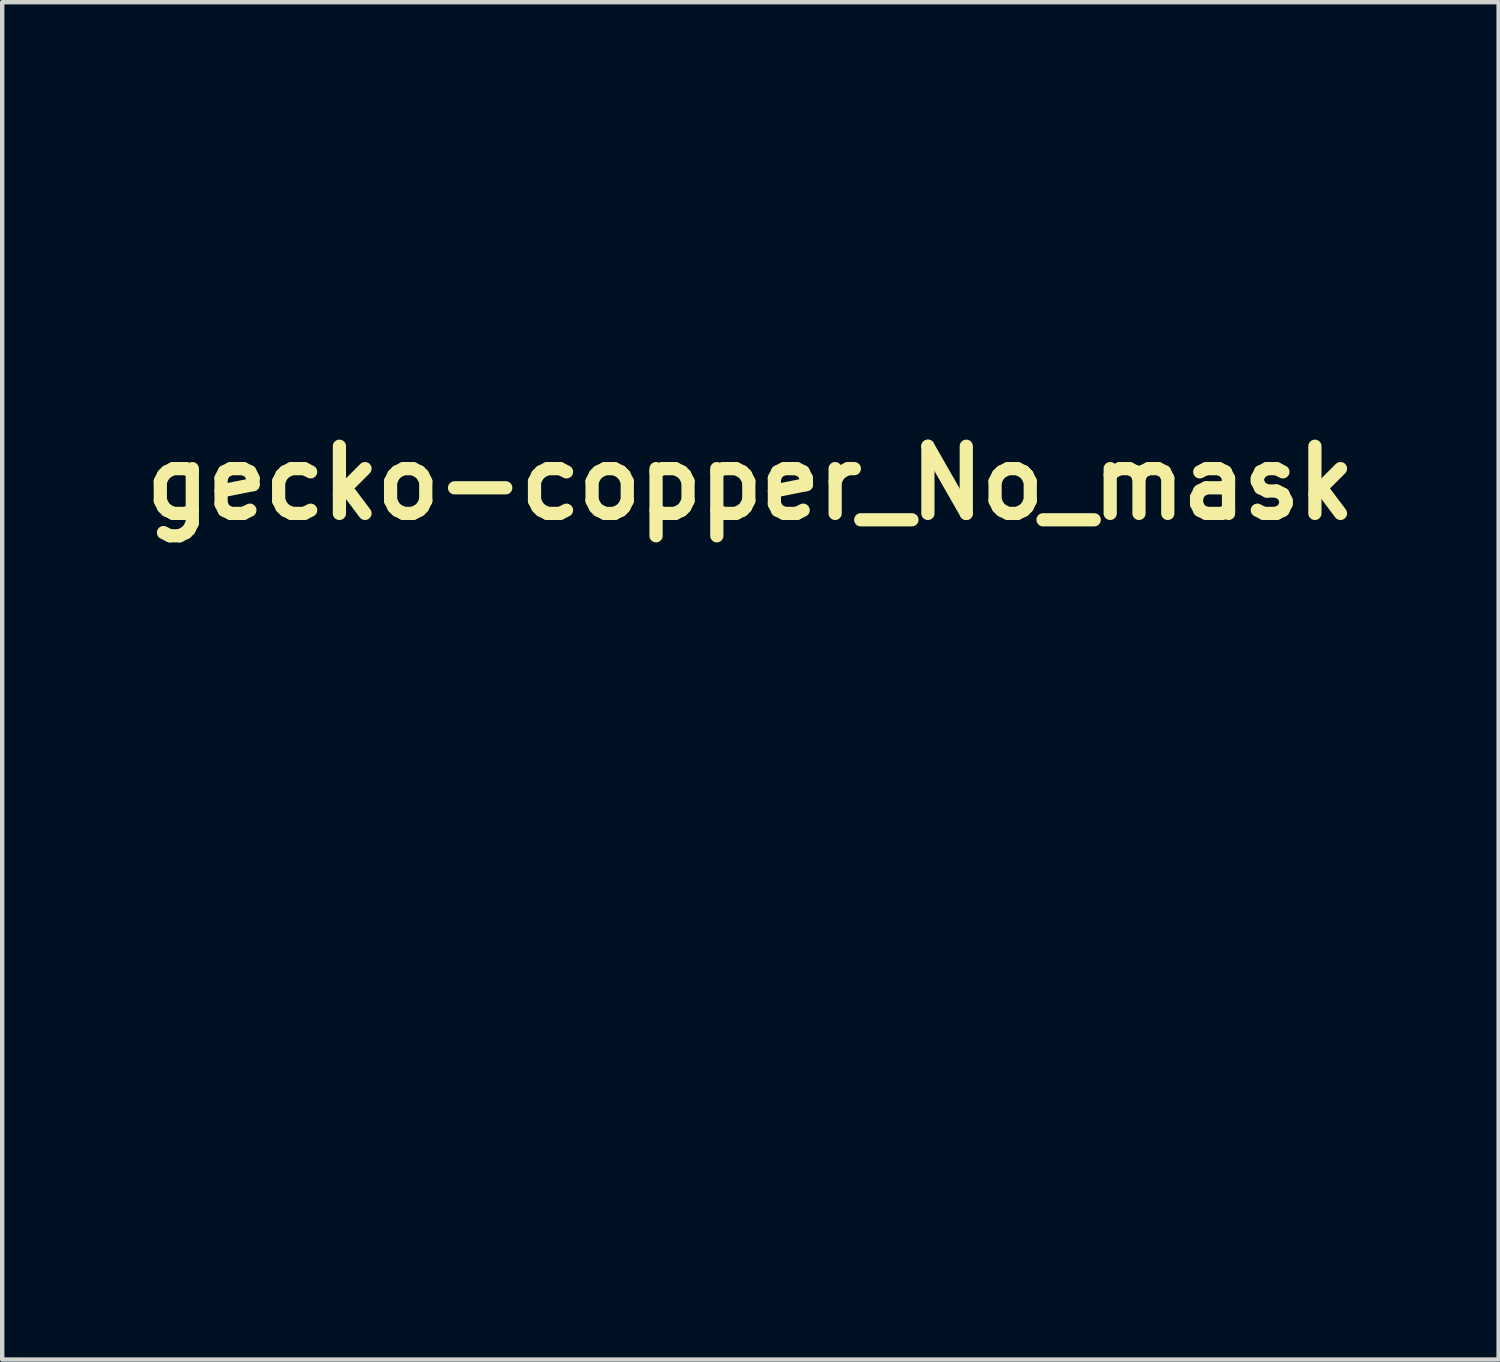
<source format=kicad_pcb>
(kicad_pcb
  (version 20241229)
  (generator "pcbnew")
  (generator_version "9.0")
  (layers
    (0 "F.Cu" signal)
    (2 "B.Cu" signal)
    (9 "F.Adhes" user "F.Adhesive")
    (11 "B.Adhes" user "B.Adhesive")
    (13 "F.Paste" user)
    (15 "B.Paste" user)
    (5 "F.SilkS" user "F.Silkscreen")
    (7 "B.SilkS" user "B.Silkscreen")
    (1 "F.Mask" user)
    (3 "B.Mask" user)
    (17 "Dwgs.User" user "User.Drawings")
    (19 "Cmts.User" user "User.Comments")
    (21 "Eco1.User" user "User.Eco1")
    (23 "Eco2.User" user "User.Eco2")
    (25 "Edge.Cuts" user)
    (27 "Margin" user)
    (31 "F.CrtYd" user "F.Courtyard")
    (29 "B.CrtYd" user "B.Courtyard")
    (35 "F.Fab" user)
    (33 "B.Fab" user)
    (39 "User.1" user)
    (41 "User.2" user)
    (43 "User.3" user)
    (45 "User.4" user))
  (footprint "gecko-copper_No_mask"
    (layer "F.Cu")
    (at 14.007 9.83)
    (property "Reference" "gecko-copper_No_mask" (at -0.03 -1.92 0) (layer "F.SilkS") (effects (font (size 1.524 1.524) (thickness 0.3))))
    (attr through_hole)
    (fp_poly (pts (xy 2.295 -9.69) (xy 2.484 -9.391) (xy 2.691 -8.928) (xy 2.782 -8.694) (xy 2.932 -8.32) (xy 3.071 -8.011) (xy 3.185 -7.799) (xy 3.257 -7.713) (xy 3.261 -7.713) (xy 3.337 -7.636) (xy 3.366 -7.429) (xy 3.367 -7.418) (xy 3.4 -7.139) (xy 3.482 -6.838) (xy 3.498 -6.795) (xy 3.554 -6.634) (xy 3.583 -6.47) (xy 3.585 -6.262) (xy 3.561 -5.972) (xy 3.511 -5.558) (xy 3.504 -5.509) (xy 3.379 -4.551) (xy 4.319 -3.317) (xy 4.619 -2.923) (xy 4.882 -2.577) (xy 5.092 -2.302) (xy 5.232 -2.119) (xy 5.284 -2.049) (xy 5.378 -2.049) (xy 5.591 -2.095) (xy 5.882 -2.174) (xy 6.214 -2.274) (xy 6.544 -2.382) (xy 6.834 -2.487) (xy 7.044 -2.574) (xy 7.122 -2.621) (xy 7.261 -2.792) (xy 7.426 -3.064) (xy 7.592 -3.387) (xy 7.735 -3.709) (xy 7.83 -3.979) (xy 7.854 -4.115) (xy 7.908 -4.304) (xy 8.037 -4.396) (xy 8.19 -4.359) (xy 8.217 -4.335) (xy 8.271 -4.214) (xy 8.212 -4.071) (xy 8.15 -3.889) (xy 8.113 -3.62) (xy 8.108 -3.486) (xy 8.133 -3.194) (xy 8.218 -3.034) (xy 8.378 -3.004) (xy 8.629 -3.099) (xy 8.966 -3.304) (xy 9.264 -3.499) (xy 9.453 -3.606) (xy 9.565 -3.633) (xy 9.629 -3.591) (xy 9.665 -3.514) (xy 9.677 -3.329) (xy 9.549 -3.234) (xy 9.465 -3.226) (xy 9.315 -3.158) (xy 9.132 -2.99) (xy 8.958 -2.773) (xy 8.834 -2.558) (xy 8.801 -2.402) (xy 8.89 -2.277) (xy 9.078 -2.143) (xy 9.309 -2.027) (xy 9.526 -1.956) (xy 9.674 -1.959) (xy 9.685 -1.966) (xy 9.83 -2.005) (xy 9.982 -1.955) (xy 10.054 -1.846) (xy 10.054 -1.841) (xy 9.998 -1.642) (xy 9.858 -1.572) (xy 9.733 -1.608) (xy 9.519 -1.676) (xy 9.248 -1.704) (xy 8.974 -1.694) (xy 8.754 -1.648) (xy 8.644 -1.569) (xy 8.672 -1.44) (xy 8.793 -1.252) (xy 8.968 -1.049) (xy 9.155 -0.876) (xy 9.315 -0.778) (xy 9.359 -0.77) (xy 9.443 -0.712) (xy 9.446 -0.58) (xy 9.383 -0.441) (xy 9.268 -0.362) (xy 9.266 -0.362) (xy 9.118 -0.403) (xy 9.068 -0.498) (xy 8.974 -0.607) (xy 8.762 -0.754) (xy 8.472 -0.92) (xy 8.144 -1.085) (xy 7.82 -1.227) (xy 7.539 -1.327) (xy 7.345 -1.364) (xy 7.187 -1.352) (xy 6.899 -1.319) (xy 6.516 -1.268) (xy 6.077 -1.206) (xy 5.925 -1.183) (xy 5.494 -1.121) (xy 5.128 -1.072) (xy 4.856 -1.041) (xy 4.708 -1.031) (xy 4.69 -1.034) (xy 4.639 -1.114) (xy 4.515 -1.311) (xy 4.336 -1.598) (xy 4.119 -1.948) (xy 4.047 -2.064) (xy 3.822 -2.422) (xy 3.629 -2.719) (xy 3.485 -2.929) (xy 3.407 -3.027) (xy 3.398 -3.031) (xy 3.395 -2.942) (xy 3.401 -2.706) (xy 3.417 -2.348) (xy 3.44 -1.888) (xy 3.471 -1.351) (xy 3.501 -0.848) (xy 3.635 1.304) (xy 2.781 2.942) (xy 2.534 3.426) (xy 2.32 3.862) (xy 2.151 4.228) (xy 2.035 4.499) (xy 1.985 4.654) (xy 1.986 4.678) (xy 2.051 4.772) (xy 2.201 4.982) (xy 2.42 5.287) (xy 2.694 5.667) (xy 3.008 6.099) (xy 3.173 6.326) (xy 3.498 6.775) (xy 3.788 7.179) (xy 4.029 7.517) (xy 4.206 7.771) (xy 4.305 7.918) (xy 4.321 7.946) (xy 4.261 8.014) (xy 4.083 8.166) (xy 3.807 8.386) (xy 3.45 8.66) (xy 3.033 8.973) (xy 2.816 9.133) (xy 2.374 9.459) (xy 1.981 9.753) (xy 1.655 9.999) (xy 1.418 10.184) (xy 1.288 10.291) (xy 1.27 10.31) (xy 1.318 10.398) (xy 1.476 10.54) (xy 1.705 10.708) (xy 1.965 10.875) (xy 2.217 11.014) (xy 2.393 11.089) (xy 2.699 11.149) (xy 3.139 11.179) (xy 3.578 11.178) (xy 3.986 11.161) (xy 4.262 11.134) (xy 4.443 11.089) (xy 4.567 11.019) (xy 4.605 10.987) (xy 4.742 10.877) (xy 4.837 10.883) (xy 4.927 10.962) (xy 5.021 11.12) (xy 5.022 11.228) (xy 4.98 11.358) (xy 4.975 11.386) (xy 4.901 11.411) (xy 4.723 11.422) (xy 4.718 11.422) (xy 4.496 11.46) (xy 4.209 11.559) (xy 4.036 11.638) (xy 3.79 11.773) (xy 3.667 11.883) (xy 3.632 12.006) (xy 3.636 12.079) (xy 3.691 12.234) (xy 3.836 12.381) (xy 4.105 12.553) (xy 4.137 12.57) (xy 4.423 12.721) (xy 4.681 12.839) (xy 4.826 12.89) (xy 5.027 12.998) (xy 5.11 13.163) (xy 5.051 13.338) (xy 4.885 13.442) (xy 4.71 13.425) (xy 4.597 13.294) (xy 4.597 13.294) (xy 4.516 13.19) (xy 4.328 13.107) (xy 4.002 13.031) (xy 3.994 13.029) (xy 3.695 12.977) (xy 3.514 12.965) (xy 3.408 12.997) (xy 3.329 13.076) (xy 3.323 13.084) (xy 3.243 13.213) (xy 3.207 13.362) (xy 3.212 13.579) (xy 3.25 13.901) (xy 3.311 14.171) (xy 3.409 14.305) (xy 3.462 14.328) (xy 3.571 14.392) (xy 3.561 14.53) (xy 3.548 14.568) (xy 3.423 14.748) (xy 3.264 14.797) (xy 3.121 14.714) (xy 3.059 14.581) (xy 2.99 14.366) (xy 2.88 14.079) (xy 2.808 13.909) (xy 2.663 13.631) (xy 2.523 13.482) (xy 2.399 13.434) (xy 2.279 13.424) (xy 2.196 13.473) (xy 2.124 13.613) (xy 2.037 13.878) (xy 2.02 13.932) (xy 1.943 14.237) (xy 1.903 14.5) (xy 1.905 14.648) (xy 1.891 14.834) (xy 1.773 14.946) (xy 1.609 14.964) (xy 1.457 14.868) (xy 1.424 14.817) (xy 1.389 14.655) (xy 1.472 14.546) (xy 1.532 14.471) (xy 1.566 14.348) (xy 1.576 14.144) (xy 1.566 13.826) (xy 1.549 13.542) (xy 1.526 13.207) (xy 1.495 12.939) (xy 1.442 12.708) (xy 1.354 12.487) (xy 1.217 12.249) (xy 1.017 11.964) (xy 0.74 11.606) (xy 0.372 11.145) (xy 0.336 11.101) (xy 0.125 10.847) (xy -0.036 10.65) (xy -0.14 10.491) (xy -0.177 10.348) (xy -0.14 10.201) (xy -0.021 10.029) (xy 0.188 9.81) (xy 0.496 9.525) (xy 0.91 9.153) (xy 1.198 8.893) (xy 2.373 7.825) (xy 1.672 7.168) (xy 1.39 6.907) (xy 1.152 6.695) (xy 0.986 6.556) (xy 0.92 6.513) (xy 0.857 6.581) (xy 0.726 6.763) (xy 0.549 7.028) (xy 0.406 7.251) (xy 0.013 7.805) (xy -0.485 8.394) (xy -1.042 8.971) (xy -1.614 9.49) (xy -2.065 9.84) (xy -2.529 10.136) (xy -3.086 10.439) (xy -3.676 10.721) (xy -4.244 10.955) (xy -4.719 11.111) (xy -5.291 11.235) (xy -5.936 11.329) (xy -6.59 11.387) (xy -7.186 11.402) (xy -7.474 11.389) (xy -8.487 11.222) (xy -9.464 10.897) (xy -10.391 10.422) (xy -11.255 9.808) (xy -12.042 9.064) (xy -12.737 8.199) (xy -13.137 7.569) (xy -13.332 7.231) (xy -13.097 7.527) (xy -12.81 7.859) (xy -12.442 8.244) (xy -12.028 8.645) (xy -11.608 9.029) (xy -11.217 9.36) (xy -10.895 9.603) (xy -10.857 9.628) (xy -10.015 10.087) (xy -9.127 10.409) (xy -8.22 10.589) (xy -7.318 10.622) (xy -6.448 10.504) (xy -6.174 10.432) (xy -5.642 10.242) (xy -5.04 9.975) (xy -4.43 9.66) (xy -3.871 9.329) (xy -3.738 9.24) (xy -3.281 8.908) (xy -2.873 8.557) (xy -2.491 8.165) (xy -2.117 7.706) (xy -1.729 7.157) (xy -1.308 6.494) (xy -0.992 5.965) (xy -0.499 5.123) (xy -1.297 4.383) (xy -1.595 4.114) (xy -1.846 3.905) (xy -2.027 3.774) (xy -2.114 3.738) (xy -2.118 3.743) (xy -2.134 3.862) (xy -2.162 4.114) (xy -2.198 4.464) (xy -2.239 4.876) (xy -2.245 4.937) (xy -2.348 6.031) (xy -3.707 4.72) (xy -4.167 4.28) (xy -4.527 3.944) (xy -4.807 3.697) (xy -5.026 3.524) (xy -5.203 3.408) (xy -5.358 3.334) (xy -5.468 3.297) (xy -5.773 3.244) (xy -6.15 3.222) (xy -6.553 3.23) (xy -6.934 3.265) (xy -7.249 3.323) (xy -7.449 3.403) (xy -7.466 3.417) (xy -7.604 3.501) (xy -7.74 3.45) (xy -7.761 3.436) (xy -7.879 3.275) (xy -7.861 3.112) (xy -7.722 3.007) (xy -7.632 2.993) (xy -7.433 2.958) (xy -7.165 2.871) (xy -6.884 2.758) (xy -6.645 2.64) (xy -6.504 2.54) (xy -6.494 2.527) (xy -6.458 2.326) (xy -6.59 2.114) (xy -6.888 1.892) (xy -7.066 1.795) (xy -7.354 1.653) (xy -7.599 1.54) (xy -7.746 1.48) (xy -7.867 1.372) (xy -7.884 1.196) (xy -7.793 1.025) (xy -7.621 0.929) (xy -7.482 0.986) (xy -7.432 1.083) (xy -7.327 1.202) (xy -7.082 1.31) (xy -6.854 1.376) (xy -6.565 1.445) (xy -6.39 1.467) (xy -6.279 1.441) (xy -6.182 1.364) (xy -6.163 1.345) (xy -6.052 1.135) (xy -6.009 0.838) (xy -6.032 0.524) (xy -6.119 0.258) (xy -6.205 0.148) (xy -6.352 -0.049) (xy -6.337 -0.241) (xy -6.278 -0.32) (xy -6.128 -0.38) (xy -5.965 -0.34) (xy -5.867 -0.227) (xy -5.862 -0.189) (xy -5.83 -0.044) (xy -5.745 0.201) (xy -5.632 0.479) (xy -5.498 0.765) (xy -5.392 0.926) (xy -5.285 0.995) (xy -5.179 1.008) (xy -5.051 0.99) (xy -4.96 0.911) (xy -4.879 0.734) (xy -4.806 0.506) (xy -4.732 0.21) (xy -4.695 -0.044) (xy -4.7 -0.172) (xy -4.681 -0.352) (xy -4.557 -0.461) (xy -4.385 -0.468) (xy -4.266 -0.396) (xy -4.177 -0.259) (xy -4.223 -0.11) (xy -4.234 -0.093) (xy -4.287 0.085) (xy -4.322 0.407) (xy -4.338 0.849) (xy -4.338 0.951) (xy -4.338 1.827) (xy -3.684 2.735) (xy -3.445 3.069) (xy -3.266 3.309) (xy -3.136 3.445) (xy -3.042 3.466) (xy -2.974 3.364) (xy -2.919 3.128) (xy -2.866 2.749) (xy -2.803 2.215) (xy -2.773 1.96) (xy -2.717 1.516) (xy -2.664 1.138) (xy -2.617 0.854) (xy -2.582 0.695) (xy -2.569 0.671) (xy -2.493 0.725) (xy -2.312 0.877) (xy -2.046 1.108) (xy -1.713 1.403) (xy -1.333 1.742) (xy -1.255 1.813) (xy -0.871 2.158) (xy -0.532 2.46) (xy -0.258 2.7) (xy -0.066 2.863) (xy 0.023 2.933) (xy 0.027 2.934) (xy 0.029 2.847) (xy 0.02 2.621) (xy 0.004 2.289) (xy -0.02 1.88) (xy -0.03 1.727) (xy -0.053 1.271) (xy -0.063 0.838) (xy -0.057 0.389) (xy -0.034 -0.114) (xy 0.007 -0.708) (xy 0.067 -1.431) (xy 0.067 -1.438) (xy 0.115 -1.997) (xy 0.155 -2.498) (xy 0.186 -2.915) (xy 0.207 -3.226) (xy 0.215 -3.407) (xy 0.213 -3.444) (xy 0.134 -3.415) (xy -0.064 -3.317) (xy -0.35 -3.166) (xy -0.697 -2.976) (xy -0.727 -2.959) (xy -1.077 -2.767) (xy -1.369 -2.612) (xy -1.573 -2.51) (xy -1.661 -2.476) (xy -1.663 -2.477) (xy -1.798 -2.649) (xy -2.011 -2.903) (xy -2.279 -3.214) (xy -2.581 -3.558) (xy -2.894 -3.91) (xy -3.196 -4.246) (xy -3.466 -4.54) (xy -3.68 -4.767) (xy -3.818 -4.903) (xy -3.851 -4.93) (xy -4.14 -5.062) (xy -4.476 -5.183) (xy -4.813 -5.281) (xy -5.106 -5.342) (xy -5.308 -5.354) (xy -5.354 -5.342) (xy -5.521 -5.328) (xy -5.647 -5.43) (xy -5.676 -5.595) (xy -5.665 -5.631) (xy -5.605 -5.694) (xy -5.466 -5.722) (xy -5.212 -5.72) (xy -4.991 -5.706) (xy -4.67 -5.684) (xy -4.478 -5.687) (xy -4.378 -5.721) (xy -4.33 -5.796) (xy -4.311 -5.858) (xy -4.305 -6.046) (xy -4.395 -6.255) (xy -4.596 -6.515) (xy -4.811 -6.741) (xy -5.004 -6.977) (xy -5.062 -7.157) (xy -4.985 -7.265) (xy -4.849 -7.29) (xy -4.704 -7.23) (xy -4.677 -7.141) (xy -4.605 -7.001) (xy -4.426 -6.84) (xy -4.191 -6.692) (xy -3.955 -6.589) (xy -3.77 -6.564) (xy -3.751 -6.568) (xy -3.617 -6.686) (xy -3.502 -6.91) (xy -3.424 -7.177) (xy -3.405 -7.425) (xy -3.442 -7.563) (xy -3.482 -7.726) (xy -3.432 -7.807) (xy -3.279 -7.87) (xy -3.141 -7.805) (xy -3.077 -7.644) (xy -3.078 -7.608) (xy -3.085 -7.411) (xy -3.085 -7.129) (xy -3.081 -6.982) (xy -3.061 -6.712) (xy -3.009 -6.568) (xy -2.91 -6.506) (xy -2.905 -6.505) (xy -2.755 -6.543) (xy -2.567 -6.691) (xy -2.379 -6.91) (xy -2.23 -7.157) (xy -2.184 -7.275) (xy -2.081 -7.425) (xy -1.94 -7.443) (xy -1.784 -7.366) (xy -1.731 -7.236) (xy -1.797 -7.116) (xy -1.861 -7.085) (xy -1.958 -6.984) (xy -2.077 -6.76) (xy -2.203 -6.457) (xy -2.32 -6.116) (xy -2.413 -5.781) (xy -2.468 -5.493) (xy -2.475 -5.379) (xy -2.422 -5.167) (xy -2.272 -4.846) (xy -2.034 -4.44) (xy -2.005 -4.394) (xy -1.536 -3.658) (xy -0.63 -4.132) (xy -0.273 -4.32) (xy 0.028 -4.483) (xy 0.243 -4.602) (xy 0.339 -4.66) (xy 0.339 -4.66) (xy 0.358 -4.762) (xy 0.362 -4.995) (xy 0.351 -5.324) (xy 0.33 -5.639) (xy 0.301 -6.064) (xy 0.293 -6.363) (xy 0.309 -6.579) (xy 0.352 -6.754) (xy 0.413 -6.905) (xy 0.513 -7.186) (xy 0.568 -7.459) (xy 0.571 -7.516) (xy 0.613 -7.737) (xy 0.706 -7.812) (xy 0.795 -7.897) (xy 0.932 -8.109) (xy 1.1 -8.416) (xy 1.253 -8.729) (xy 1.511 -9.248) (xy 1.734 -9.604) (xy 1.931 -9.796) (xy 2.115 -9.825) (xy 2.295 -9.69)) (stroke (width 0.01) (type solid)) (fill yes) (layer "F.Mask")))
  (gr_rect
    (start -3 -3)
    (end 30.955 27.799)
    (stroke (width 0.1) (type default))
    (fill no)
    (layer "Edge.Cuts")))
</source>
